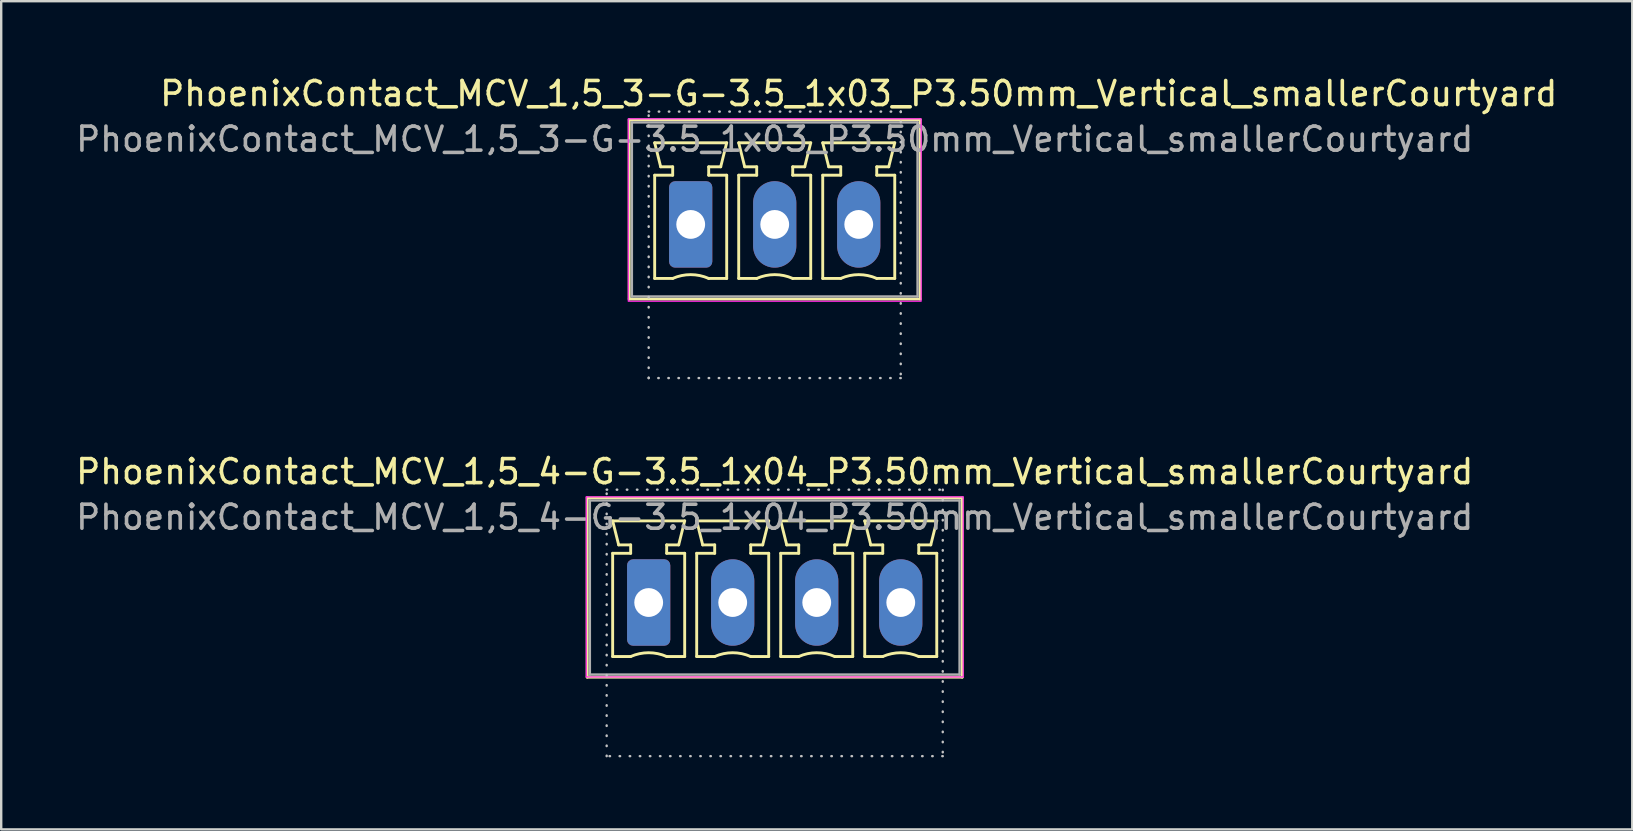
<source format=kicad_pcb>
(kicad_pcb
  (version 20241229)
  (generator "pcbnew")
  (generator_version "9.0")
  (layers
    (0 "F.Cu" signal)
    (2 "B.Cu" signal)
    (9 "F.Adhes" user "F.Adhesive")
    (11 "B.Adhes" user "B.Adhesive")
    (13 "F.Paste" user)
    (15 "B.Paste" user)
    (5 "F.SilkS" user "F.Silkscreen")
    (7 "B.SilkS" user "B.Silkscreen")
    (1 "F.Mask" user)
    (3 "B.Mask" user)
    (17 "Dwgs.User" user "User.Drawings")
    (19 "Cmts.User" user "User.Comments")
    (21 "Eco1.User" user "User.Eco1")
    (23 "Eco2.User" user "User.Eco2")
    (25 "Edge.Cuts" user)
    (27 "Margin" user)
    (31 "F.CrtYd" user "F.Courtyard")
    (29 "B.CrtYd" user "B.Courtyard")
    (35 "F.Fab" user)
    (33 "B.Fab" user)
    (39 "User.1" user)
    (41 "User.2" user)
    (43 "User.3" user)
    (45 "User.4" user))
  (footprint "PhoenixContact_MCV_1,5_3-G-3.5_1x03_P3.50mm_Vertical_smallerCourtyard"
    (layer "F.Cu")
    (at 29.22 6.298)
    (property "Reference" "PhoenixContact_MCV_1,5_3-G-3.5_1x03_P3.50mm_Vertical_smallerCourtyard" (at 3.5 -5.45 0) (layer "F.SilkS") (effects (font (size 1 1) (thickness 0.15))))
    (attr through_hole)
    (fp_line (start -6.06 -4.36) (end -6.06 3.11) (stroke (width 0.12) (type solid)) (layer "F.SilkS"))
    (fp_line (start -6.06 3.11) (end 6.06 3.11) (stroke (width 0.12) (type solid)) (layer "F.SilkS"))
    (fp_line (start -5 -3.4) (end -2 -3.4) (stroke (width 0.12) (type solid)) (layer "F.SilkS"))
    (fp_line (start -5 -2.05) (end -4.25 -2.05) (stroke (width 0.12) (type solid)) (layer "F.SilkS"))
    (fp_line (start -5 2.25) (end -5 -2.05) (stroke (width 0.12) (type solid)) (layer "F.SilkS"))
    (fp_line (start -4.75 -2.4) (end -5 -3.4) (stroke (width 0.12) (type solid)) (layer "F.SilkS"))
    (fp_line (start -4.25 -2.4) (end -4.75 -2.4) (stroke (width 0.12) (type solid)) (layer "F.SilkS"))
    (fp_line (start -4.25 -2.05) (end -4.25 -2.4) (stroke (width 0.12) (type solid)) (layer "F.SilkS"))
    (fp_line (start -4.25 2.25) (end -5 2.25) (stroke (width 0.12) (type solid)) (layer "F.SilkS"))
    (fp_line (start -2.75 -2.4) (end -2.75 -2.05) (stroke (width 0.12) (type solid)) (layer "F.SilkS"))
    (fp_line (start -2.75 -2.05) (end -2 -2.05) (stroke (width 0.12) (type solid)) (layer "F.SilkS"))
    (fp_line (start -2.25 -2.4) (end -2.75 -2.4) (stroke (width 0.12) (type solid)) (layer "F.SilkS"))
    (fp_line (start -2 -3.4) (end -2.25 -2.4) (stroke (width 0.12) (type solid)) (layer "F.SilkS"))
    (fp_line (start -2 -2.05) (end -2 2.25) (stroke (width 0.12) (type solid)) (layer "F.SilkS"))
    (fp_line (start -2 2.25) (end -2.75 2.25) (stroke (width 0.12) (type solid)) (layer "F.SilkS"))
    (fp_line (start -1.5 -3.4) (end 1.5 -3.4) (stroke (width 0.12) (type solid)) (layer "F.SilkS"))
    (fp_line (start -1.5 -2.05) (end -0.75 -2.05) (stroke (width 0.12) (type solid)) (layer "F.SilkS"))
    (fp_line (start -1.5 2.25) (end -1.5 -2.05) (stroke (width 0.12) (type solid)) (layer "F.SilkS"))
    (fp_line (start -1.25 -2.4) (end -1.5 -3.4) (stroke (width 0.12) (type solid)) (layer "F.SilkS"))
    (fp_line (start -0.75 -2.4) (end -1.25 -2.4) (stroke (width 0.12) (type solid)) (layer "F.SilkS"))
    (fp_line (start -0.75 -2.05) (end -0.75 -2.4) (stroke (width 0.12) (type solid)) (layer "F.SilkS"))
    (fp_line (start -0.75 2.25) (end -1.5 2.25) (stroke (width 0.12) (type solid)) (layer "F.SilkS"))
    (fp_line (start 0.75 -2.4) (end 0.75 -2.05) (stroke (width 0.12) (type solid)) (layer "F.SilkS"))
    (fp_line (start 0.75 -2.05) (end 1.5 -2.05) (stroke (width 0.12) (type solid)) (layer "F.SilkS"))
    (fp_line (start 1.25 -2.4) (end 0.75 -2.4) (stroke (width 0.12) (type solid)) (layer "F.SilkS"))
    (fp_line (start 1.5 -3.4) (end 1.25 -2.4) (stroke (width 0.12) (type solid)) (layer "F.SilkS"))
    (fp_line (start 1.5 -2.05) (end 1.5 2.25) (stroke (width 0.12) (type solid)) (layer "F.SilkS"))
    (fp_line (start 1.5 2.25) (end 0.75 2.25) (stroke (width 0.12) (type solid)) (layer "F.SilkS"))
    (fp_line (start 2 -3.4) (end 5 -3.4) (stroke (width 0.12) (type solid)) (layer "F.SilkS"))
    (fp_line (start 2 -2.05) (end 2.75 -2.05) (stroke (width 0.12) (type solid)) (layer "F.SilkS"))
    (fp_line (start 2 2.25) (end 2 -2.05) (stroke (width 0.12) (type solid)) (layer "F.SilkS"))
    (fp_line (start 2.25 -2.4) (end 2 -3.4) (stroke (width 0.12) (type solid)) (layer "F.SilkS"))
    (fp_line (start 2.75 -2.4) (end 2.25 -2.4) (stroke (width 0.12) (type solid)) (layer "F.SilkS"))
    (fp_line (start 2.75 -2.05) (end 2.75 -2.4) (stroke (width 0.12) (type solid)) (layer "F.SilkS"))
    (fp_line (start 2.75 2.25) (end 2 2.25) (stroke (width 0.12) (type solid)) (layer "F.SilkS"))
    (fp_line (start 4.25 -2.4) (end 4.25 -2.05) (stroke (width 0.12) (type solid)) (layer "F.SilkS"))
    (fp_line (start 4.25 -2.05) (end 5 -2.05) (stroke (width 0.12) (type solid)) (layer "F.SilkS"))
    (fp_line (start 4.75 -2.4) (end 4.25 -2.4) (stroke (width 0.12) (type solid)) (layer "F.SilkS"))
    (fp_line (start 5 -3.4) (end 4.75 -2.4) (stroke (width 0.12) (type solid)) (layer "F.SilkS"))
    (fp_line (start 5 -2.05) (end 5 2.25) (stroke (width 0.12) (type solid)) (layer "F.SilkS"))
    (fp_line (start 5 2.25) (end 4.25 2.25) (stroke (width 0.12) (type solid)) (layer "F.SilkS"))
    (fp_line (start 6.06 -4.36) (end -6.06 -4.36) (stroke (width 0.12) (type solid)) (layer "F.SilkS"))
    (fp_line (start 6.06 3.11) (end 6.06 -4.36) (stroke (width 0.12) (type solid)) (layer "F.SilkS"))
    (fp_arc (start -4.25 2.25) (mid -3.500193 2.09191) (end -2.750353 2.249844) (stroke (width 0.12) (type solid)) (layer "F.SilkS"))
    (fp_arc (start -0.75 2.25) (mid -0.000193 2.09191) (end 0.749647 2.249844) (stroke (width 0.12) (type solid)) (layer "F.SilkS"))
    (fp_arc (start 2.75 2.25) (mid 3.499807 2.09191) (end 4.249647 2.249844) (stroke (width 0.12) (type solid)) (layer "F.SilkS"))
    (fp_rect (start -5.25 -4.7) (end 5.25 6.4) (stroke (width 0.1) (type dot)) (fill no) (layer "Dwgs.User"))
    (fp_rect (start -6.1 -4.4) (end 6.1 3.2) (stroke (width 0.05) (type default)) (fill no) (layer "F.CrtYd"))
    (fp_line (start -5.95 -4.25) (end -5.95 3) (stroke (width 0.1) (type solid)) (layer "F.Fab"))
    (fp_line (start -5.95 3) (end 5.95 3) (stroke (width 0.1) (type solid)) (layer "F.Fab"))
    (fp_line (start 5.95 -4.25) (end -5.95 -4.25) (stroke (width 0.1) (type solid)) (layer "F.Fab"))
    (fp_line (start 5.95 3) (end 5.95 -4.25) (stroke (width 0.1) (type solid)) (layer "F.Fab"))
    (fp_text user "${REFERENCE}" (at 0 -3.55 0) (layer "F.Fab") (effects (font (size 1 1) (thickness 0.15))))
    (pad "1" thru_hole roundrect (at -3.5 0) (size 1.8 3.6) (drill 1.2) (layers "*.Cu" "*.Mask") (roundrect_rratio 0.139))
    (pad "2" thru_hole oval (at 0 0) (size 1.8 3.6) (drill 1.2) (layers "*.Cu" "*.Mask"))
    (pad "3" thru_hole oval (at 3.5 0) (size 1.8 3.6) (drill 1.2) (layers "*.Cu" "*.Mask")))
  (footprint "PhoenixContact_MCV_1,5_4-G-3.5_1x04_P3.50mm_Vertical_smallerCourtyard"
    (layer "F.Cu")
    (at 29.22 22.047)
    (property "Reference" "PhoenixContact_MCV_1,5_4-G-3.5_1x04_P3.50mm_Vertical_smallerCourtyard" (at 0 -5.45 0) (layer "F.SilkS") (effects (font (size 1 1) (thickness 0.15))))
    (attr through_hole)
    (fp_line (start -7.81 -4.36) (end -7.81 3.11) (stroke (width 0.12) (type solid)) (layer "F.SilkS"))
    (fp_line (start -7.81 3.11) (end 7.81 3.11) (stroke (width 0.12) (type solid)) (layer "F.SilkS"))
    (fp_line (start -6.75 -3.4) (end -3.75 -3.4) (stroke (width 0.12) (type solid)) (layer "F.SilkS"))
    (fp_line (start -6.75 -2.05) (end -6 -2.05) (stroke (width 0.12) (type solid)) (layer "F.SilkS"))
    (fp_line (start -6.75 2.25) (end -6.75 -2.05) (stroke (width 0.12) (type solid)) (layer "F.SilkS"))
    (fp_line (start -6.5 -2.4) (end -6.75 -3.4) (stroke (width 0.12) (type solid)) (layer "F.SilkS"))
    (fp_line (start -6 -2.4) (end -6.5 -2.4) (stroke (width 0.12) (type solid)) (layer "F.SilkS"))
    (fp_line (start -6 -2.05) (end -6 -2.4) (stroke (width 0.12) (type solid)) (layer "F.SilkS"))
    (fp_line (start -6 2.25) (end -6.75 2.25) (stroke (width 0.12) (type solid)) (layer "F.SilkS"))
    (fp_line (start -4.5 -2.4) (end -4.5 -2.05) (stroke (width 0.12) (type solid)) (layer "F.SilkS"))
    (fp_line (start -4.5 -2.05) (end -3.75 -2.05) (stroke (width 0.12) (type solid)) (layer "F.SilkS"))
    (fp_line (start -4 -2.4) (end -4.5 -2.4) (stroke (width 0.12) (type solid)) (layer "F.SilkS"))
    (fp_line (start -3.75 -3.4) (end -4 -2.4) (stroke (width 0.12) (type solid)) (layer "F.SilkS"))
    (fp_line (start -3.75 -2.05) (end -3.75 2.25) (stroke (width 0.12) (type solid)) (layer "F.SilkS"))
    (fp_line (start -3.75 2.25) (end -4.5 2.25) (stroke (width 0.12) (type solid)) (layer "F.SilkS"))
    (fp_line (start -3.25 -3.4) (end -0.25 -3.4) (stroke (width 0.12) (type solid)) (layer "F.SilkS"))
    (fp_line (start -3.25 -2.05) (end -2.5 -2.05) (stroke (width 0.12) (type solid)) (layer "F.SilkS"))
    (fp_line (start -3.25 2.25) (end -3.25 -2.05) (stroke (width 0.12) (type solid)) (layer "F.SilkS"))
    (fp_line (start -3 -2.4) (end -3.25 -3.4) (stroke (width 0.12) (type solid)) (layer "F.SilkS"))
    (fp_line (start -2.5 -2.4) (end -3 -2.4) (stroke (width 0.12) (type solid)) (layer "F.SilkS"))
    (fp_line (start -2.5 -2.05) (end -2.5 -2.4) (stroke (width 0.12) (type solid)) (layer "F.SilkS"))
    (fp_line (start -2.5 2.25) (end -3.25 2.25) (stroke (width 0.12) (type solid)) (layer "F.SilkS"))
    (fp_line (start -1 -2.4) (end -1 -2.05) (stroke (width 0.12) (type solid)) (layer "F.SilkS"))
    (fp_line (start -1 -2.05) (end -0.25 -2.05) (stroke (width 0.12) (type solid)) (layer "F.SilkS"))
    (fp_line (start -0.5 -2.4) (end -1 -2.4) (stroke (width 0.12) (type solid)) (layer "F.SilkS"))
    (fp_line (start -0.25 -3.4) (end -0.5 -2.4) (stroke (width 0.12) (type solid)) (layer "F.SilkS"))
    (fp_line (start -0.25 -2.05) (end -0.25 2.25) (stroke (width 0.12) (type solid)) (layer "F.SilkS"))
    (fp_line (start -0.25 2.25) (end -1 2.25) (stroke (width 0.12) (type solid)) (layer "F.SilkS"))
    (fp_line (start 0.25 -3.4) (end 3.25 -3.4) (stroke (width 0.12) (type solid)) (layer "F.SilkS"))
    (fp_line (start 0.25 -2.05) (end 1 -2.05) (stroke (width 0.12) (type solid)) (layer "F.SilkS"))
    (fp_line (start 0.25 2.25) (end 0.25 -2.05) (stroke (width 0.12) (type solid)) (layer "F.SilkS"))
    (fp_line (start 0.5 -2.4) (end 0.25 -3.4) (stroke (width 0.12) (type solid)) (layer "F.SilkS"))
    (fp_line (start 1 -2.4) (end 0.5 -2.4) (stroke (width 0.12) (type solid)) (layer "F.SilkS"))
    (fp_line (start 1 -2.05) (end 1 -2.4) (stroke (width 0.12) (type solid)) (layer "F.SilkS"))
    (fp_line (start 1 2.25) (end 0.25 2.25) (stroke (width 0.12) (type solid)) (layer "F.SilkS"))
    (fp_line (start 2.5 -2.4) (end 2.5 -2.05) (stroke (width 0.12) (type solid)) (layer "F.SilkS"))
    (fp_line (start 2.5 -2.05) (end 3.25 -2.05) (stroke (width 0.12) (type solid)) (layer "F.SilkS"))
    (fp_line (start 3 -2.4) (end 2.5 -2.4) (stroke (width 0.12) (type solid)) (layer "F.SilkS"))
    (fp_line (start 3.25 -3.4) (end 3 -2.4) (stroke (width 0.12) (type solid)) (layer "F.SilkS"))
    (fp_line (start 3.25 -2.05) (end 3.25 2.25) (stroke (width 0.12) (type solid)) (layer "F.SilkS"))
    (fp_line (start 3.25 2.25) (end 2.5 2.25) (stroke (width 0.12) (type solid)) (layer "F.SilkS"))
    (fp_line (start 3.75 -3.4) (end 6.75 -3.4) (stroke (width 0.12) (type solid)) (layer "F.SilkS"))
    (fp_line (start 3.75 -2.05) (end 4.5 -2.05) (stroke (width 0.12) (type solid)) (layer "F.SilkS"))
    (fp_line (start 3.75 2.25) (end 3.75 -2.05) (stroke (width 0.12) (type solid)) (layer "F.SilkS"))
    (fp_line (start 4 -2.4) (end 3.75 -3.4) (stroke (width 0.12) (type solid)) (layer "F.SilkS"))
    (fp_line (start 4.5 -2.4) (end 4 -2.4) (stroke (width 0.12) (type solid)) (layer "F.SilkS"))
    (fp_line (start 4.5 -2.05) (end 4.5 -2.4) (stroke (width 0.12) (type solid)) (layer "F.SilkS"))
    (fp_line (start 4.5 2.25) (end 3.75 2.25) (stroke (width 0.12) (type solid)) (layer "F.SilkS"))
    (fp_line (start 6 -2.4) (end 6 -2.05) (stroke (width 0.12) (type solid)) (layer "F.SilkS"))
    (fp_line (start 6 -2.05) (end 6.75 -2.05) (stroke (width 0.12) (type solid)) (layer "F.SilkS"))
    (fp_line (start 6.5 -2.4) (end 6 -2.4) (stroke (width 0.12) (type solid)) (layer "F.SilkS"))
    (fp_line (start 6.75 -3.4) (end 6.5 -2.4) (stroke (width 0.12) (type solid)) (layer "F.SilkS"))
    (fp_line (start 6.75 -2.05) (end 6.75 2.25) (stroke (width 0.12) (type solid)) (layer "F.SilkS"))
    (fp_line (start 6.75 2.25) (end 6 2.25) (stroke (width 0.12) (type solid)) (layer "F.SilkS"))
    (fp_line (start 7.81 -4.36) (end -7.81 -4.36) (stroke (width 0.12) (type solid)) (layer "F.SilkS"))
    (fp_line (start 7.81 3.11) (end 7.81 -4.36) (stroke (width 0.12) (type solid)) (layer "F.SilkS"))
    (fp_arc (start -6 2.25) (mid -5.250193 2.09191) (end -4.500353 2.249844) (stroke (width 0.12) (type solid)) (layer "F.SilkS"))
    (fp_arc (start -2.5 2.25) (mid -1.750193 2.09191) (end -1.000353 2.249844) (stroke (width 0.12) (type solid)) (layer "F.SilkS"))
    (fp_arc (start 1 2.25) (mid 1.749807 2.09191) (end 2.499647 2.249844) (stroke (width 0.12) (type solid)) (layer "F.SilkS"))
    (fp_arc (start 4.5 2.25) (mid 5.249807 2.09191) (end 5.999647 2.249844) (stroke (width 0.12) (type solid)) (layer "F.SilkS"))
    (fp_rect (start -7 -4.7) (end 7 6.4) (stroke (width 0.1) (type dot)) (fill no) (layer "Dwgs.User"))
    (fp_line (start -7.85 -4.4) (end -7.85 3.1) (stroke (width 0.05) (type solid)) (layer "F.CrtYd"))
    (fp_line (start -7.85 3.1) (end 7.85 3.1) (stroke (width 0.05) (type solid)) (layer "F.CrtYd"))
    (fp_line (start 7.85 -4.4) (end -7.85 -4.4) (stroke (width 0.05) (type solid)) (layer "F.CrtYd"))
    (fp_line (start 7.85 3.1) (end 7.85 -4.4) (stroke (width 0.05) (type solid)) (layer "F.CrtYd"))
    (fp_line (start -7.7 -4.25) (end -7.7 3) (stroke (width 0.1) (type solid)) (layer "F.Fab"))
    (fp_line (start -7.7 3) (end 7.7 3) (stroke (width 0.1) (type solid)) (layer "F.Fab"))
    (fp_line (start 7.7 -4.25) (end -7.7 -4.25) (stroke (width 0.1) (type solid)) (layer "F.Fab"))
    (fp_line (start 7.7 3) (end 7.7 -4.25) (stroke (width 0.1) (type solid)) (layer "F.Fab"))
    (fp_text user "${REFERENCE}" (at 0 -3.55 0) (layer "F.Fab") (effects (font (size 1 1) (thickness 0.15))))
    (pad "1" thru_hole roundrect (at -5.25 0) (size 1.8 3.6) (drill 1.2) (layers "*.Cu" "*.Mask") (roundrect_rratio 0.139))
    (pad "2" thru_hole oval (at -1.75 0) (size 1.8 3.6) (drill 1.2) (layers "*.Cu" "*.Mask"))
    (pad "3" thru_hole oval (at 1.75 0) (size 1.8 3.6) (drill 1.2) (layers "*.Cu" "*.Mask"))
    (pad "4" thru_hole oval (at 5.25 0) (size 1.8 3.6) (drill 1.2) (layers "*.Cu" "*.Mask")))
  (gr_rect
    (start -3 -3)
    (end 64.94 31.497)
    (stroke (width 0.1) (type default))
    (fill no)
    (layer "Edge.Cuts")))
</source>
